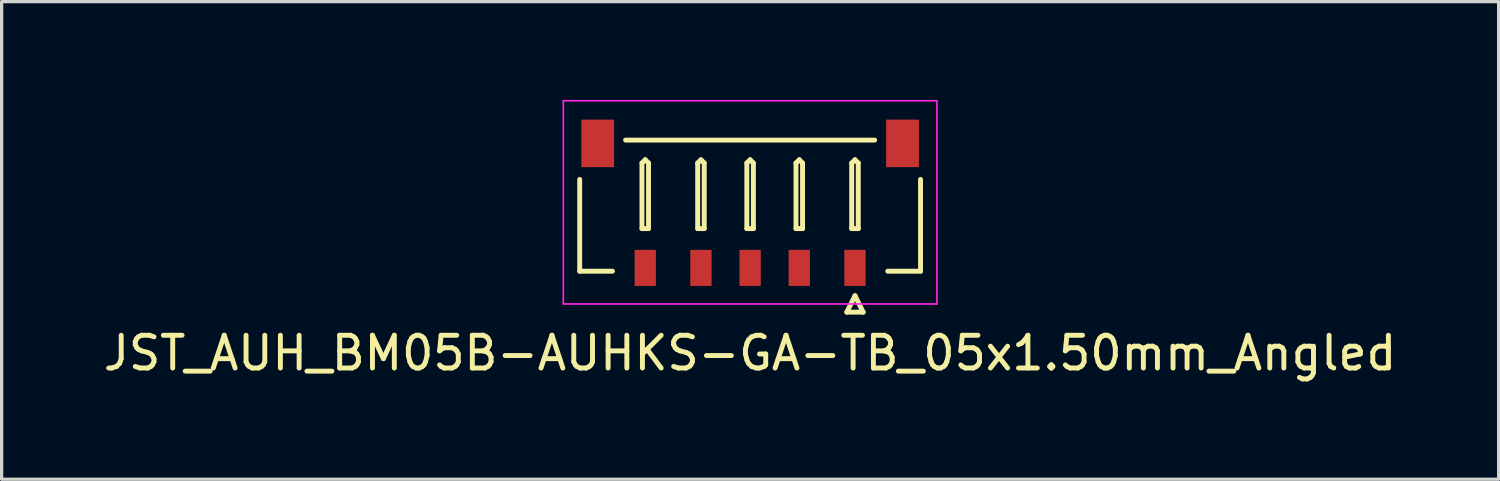
<source format=kicad_pcb>
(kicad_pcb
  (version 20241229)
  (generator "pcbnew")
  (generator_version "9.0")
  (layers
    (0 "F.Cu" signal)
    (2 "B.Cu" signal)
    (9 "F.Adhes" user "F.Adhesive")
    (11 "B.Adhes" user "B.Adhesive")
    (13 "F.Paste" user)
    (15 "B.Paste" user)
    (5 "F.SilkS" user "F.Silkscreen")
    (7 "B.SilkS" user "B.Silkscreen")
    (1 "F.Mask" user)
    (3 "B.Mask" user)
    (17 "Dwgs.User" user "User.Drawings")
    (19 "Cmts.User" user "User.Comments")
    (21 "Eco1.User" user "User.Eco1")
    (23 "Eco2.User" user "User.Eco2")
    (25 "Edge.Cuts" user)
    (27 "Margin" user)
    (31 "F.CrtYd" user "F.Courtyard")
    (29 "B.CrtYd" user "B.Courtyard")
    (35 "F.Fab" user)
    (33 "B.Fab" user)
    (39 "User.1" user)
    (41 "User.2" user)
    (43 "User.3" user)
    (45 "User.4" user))
  (footprint "JST_AUH_BM05B-AUHKS-GA-TB_05x1.50mm_Angled"
    (layer "F.Cu")
    (at 19.839 3.225)
    (property "Reference" "JST_AUH_BM05B-AUHKS-GA-TB_05x1.50mm_Angled" (at 0 4.5 0) (layer "F.SilkS") (effects (font (size 1 1) (thickness 0.15))))
    (attr smd)
    (fp_line (start -5.2 2) (end -5.2 -0.8) (stroke (width 0.15) (type solid)) (layer "F.SilkS"))
    (fp_line (start -4.2 2) (end -5.2 2) (stroke (width 0.15) (type solid)) (layer "F.SilkS"))
    (fp_line (start -3.3 -1.3) (end -3.2 -1.4) (stroke (width 0.15) (type solid)) (layer "F.SilkS"))
    (fp_line (start -3.3 0.7) (end -3.3 -1.3) (stroke (width 0.15) (type solid)) (layer "F.SilkS"))
    (fp_line (start -3.2 -1.4) (end -3.1 -1.3) (stroke (width 0.15) (type solid)) (layer "F.SilkS"))
    (fp_line (start -3.1 -1.3) (end -3.1 0.7) (stroke (width 0.15) (type solid)) (layer "F.SilkS"))
    (fp_line (start -3.1 0.7) (end -3.3 0.7) (stroke (width 0.15) (type solid)) (layer "F.SilkS"))
    (fp_line (start -1.6 -1.3) (end -1.5 -1.4) (stroke (width 0.15) (type solid)) (layer "F.SilkS"))
    (fp_line (start -1.6 0.7) (end -1.6 -1.3) (stroke (width 0.15) (type solid)) (layer "F.SilkS"))
    (fp_line (start -1.5 -1.4) (end -1.4 -1.3) (stroke (width 0.15) (type solid)) (layer "F.SilkS"))
    (fp_line (start -1.4 -1.3) (end -1.4 0.7) (stroke (width 0.15) (type solid)) (layer "F.SilkS"))
    (fp_line (start -1.4 0.7) (end -1.6 0.7) (stroke (width 0.15) (type solid)) (layer "F.SilkS"))
    (fp_line (start -0.1 -1.3) (end 0 -1.4) (stroke (width 0.15) (type solid)) (layer "F.SilkS"))
    (fp_line (start -0.1 0.7) (end -0.1 -1.3) (stroke (width 0.15) (type solid)) (layer "F.SilkS"))
    (fp_line (start 0 -1.4) (end 0.1 -1.3) (stroke (width 0.15) (type solid)) (layer "F.SilkS"))
    (fp_line (start 0.1 -1.3) (end 0.1 0.7) (stroke (width 0.15) (type solid)) (layer "F.SilkS"))
    (fp_line (start 0.1 0.7) (end -0.1 0.7) (stroke (width 0.15) (type solid)) (layer "F.SilkS"))
    (fp_line (start 1.4 -1.3) (end 1.5 -1.4) (stroke (width 0.15) (type solid)) (layer "F.SilkS"))
    (fp_line (start 1.4 0.7) (end 1.4 -1.3) (stroke (width 0.15) (type solid)) (layer "F.SilkS"))
    (fp_line (start 1.5 -1.4) (end 1.6 -1.3) (stroke (width 0.15) (type solid)) (layer "F.SilkS"))
    (fp_line (start 1.6 -1.3) (end 1.6 0.7) (stroke (width 0.15) (type solid)) (layer "F.SilkS"))
    (fp_line (start 1.6 0.7) (end 1.4 0.7) (stroke (width 0.15) (type solid)) (layer "F.SilkS"))
    (fp_line (start 2.95 3.25) (end 3.45 3.25) (stroke (width 0.15) (type solid)) (layer "F.SilkS"))
    (fp_line (start 3.1 -1.3) (end 3.2 -1.4) (stroke (width 0.15) (type solid)) (layer "F.SilkS"))
    (fp_line (start 3.1 0.7) (end 3.1 -1.3) (stroke (width 0.15) (type solid)) (layer "F.SilkS"))
    (fp_line (start 3.2 -1.4) (end 3.3 -1.3) (stroke (width 0.15) (type solid)) (layer "F.SilkS"))
    (fp_line (start 3.2 2.75) (end 2.95 3.25) (stroke (width 0.15) (type solid)) (layer "F.SilkS"))
    (fp_line (start 3.3 -1.3) (end 3.3 0.7) (stroke (width 0.15) (type solid)) (layer "F.SilkS"))
    (fp_line (start 3.3 0.7) (end 3.1 0.7) (stroke (width 0.15) (type solid)) (layer "F.SilkS"))
    (fp_line (start 3.45 3.25) (end 3.2 2.75) (stroke (width 0.15) (type solid)) (layer "F.SilkS"))
    (fp_line (start 3.8 -2) (end -3.8 -2) (stroke (width 0.15) (type solid)) (layer "F.SilkS"))
    (fp_line (start 4.2 2) (end 5.2 2) (stroke (width 0.15) (type solid)) (layer "F.SilkS"))
    (fp_line (start 5.2 2) (end 5.2 -0.8) (stroke (width 0.15) (type solid)) (layer "F.SilkS"))
    (fp_line (start -5.7 -3.2) (end -5.7 3) (stroke (width 0.05) (type solid)) (layer "F.CrtYd"))
    (fp_line (start -5.7 3) (end 5.7 3) (stroke (width 0.05) (type solid)) (layer "F.CrtYd"))
    (fp_line (start 5.7 -3.2) (end -5.7 -3.2) (stroke (width 0.05) (type solid)) (layer "F.CrtYd"))
    (fp_line (start 5.7 3) (end 5.7 -3.2) (stroke (width 0.05) (type solid)) (layer "F.CrtYd"))
    (pad "" smd rect (at -4.65 -1.9) (size 1 1.45) (layers "F.Cu" "F.Mask" "F.Paste"))
    (pad "" smd rect (at 4.65 -1.9) (size 1 1.45) (layers "F.Cu" "F.Mask" "F.Paste"))
    (pad "1" smd rect (at 3.2 1.9) (size 0.65 1.1) (layers "F.Cu" "F.Mask" "F.Paste"))
    (pad "2" smd rect (at 1.5 1.9) (size 0.65 1.1) (layers "F.Cu" "F.Mask" "F.Paste"))
    (pad "3" smd rect (at 0 1.9) (size 0.65 1.1) (layers "F.Cu" "F.Mask" "F.Paste"))
    (pad "4" smd rect (at -1.5 1.9) (size 0.65 1.1) (layers "F.Cu" "F.Mask" "F.Paste"))
    (pad "5" smd rect (at -3.2 1.9) (size 0.65 1.1) (layers "F.Cu" "F.Mask" "F.Paste")))
  (gr_rect
    (start -3 -3)
    (end 42.679 11.573)
    (stroke (width 0.1) (type default))
    (fill no)
    (layer "Edge.Cuts")))
</source>
